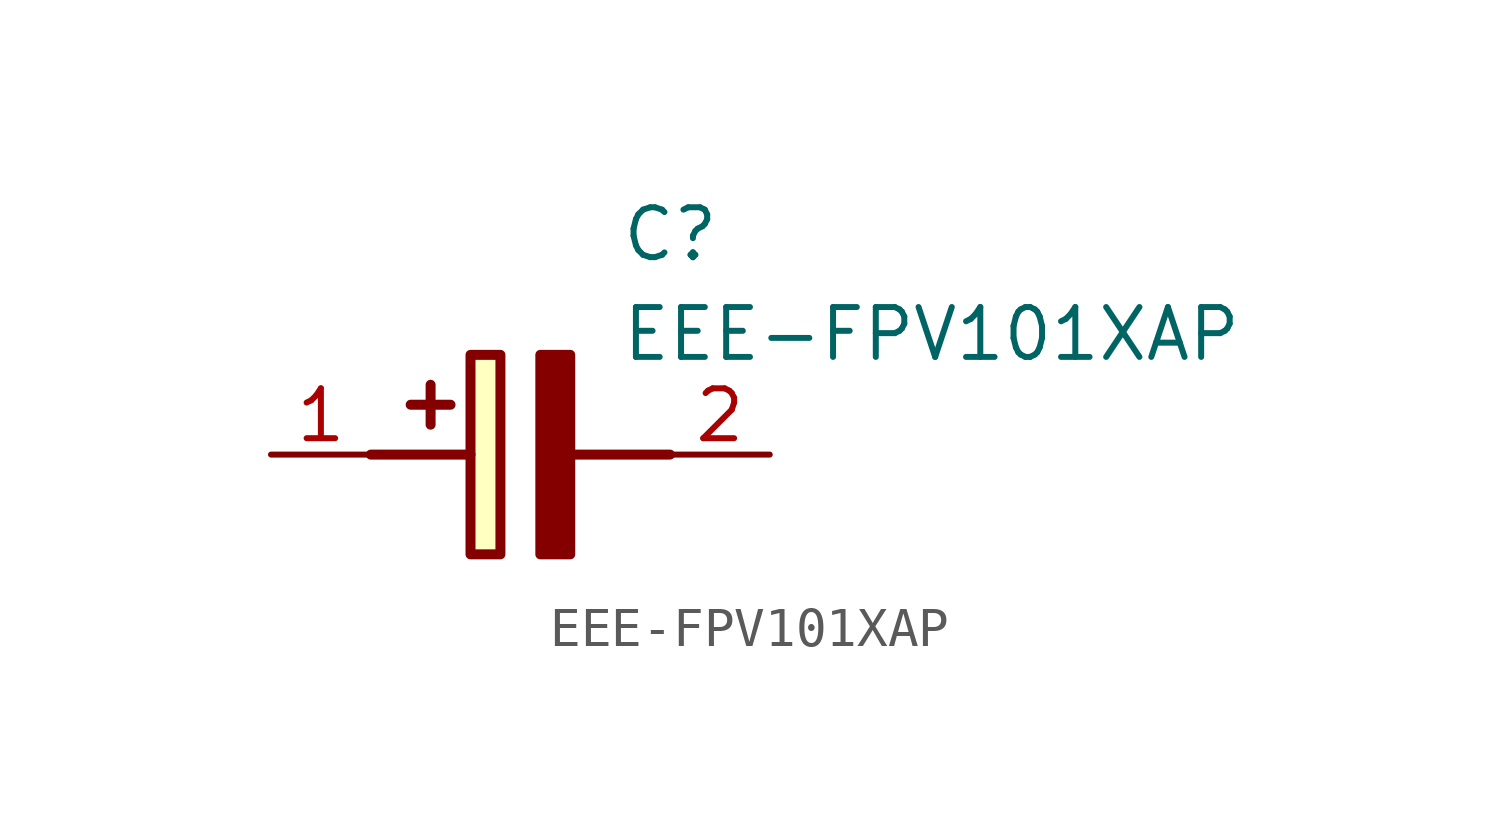
<source format=kicad_sym>
(kicad_symbol_lib
  (version 20211014)
  (generator SamacSys_ECAD_Model)
  (symbol "EEE-FPV101XAP"
    (pin_names hide)
    (property "Reference" "C"
      (at 8.89 6.35 0)
      (effects (font (size 1.27 1.27)) (justify left top)))
    (property "Value" "EEE-FPV101XAP"
      (at 8.89 3.81 0)
      (effects (font (size 1.27 1.27)) (justify left top)))
    (rectangle
      (start 5.08 2.54)
      (end 5.842 -2.54)
      (stroke (width 0.254) (type default))
      (fill (type background)))
    (polyline
      (pts (xy 4.572 1.27) (xy 3.556 1.27))
      (stroke (width 0.254) (type default))
      (fill (type none)))
    (polyline
      (pts (xy 4.064 1.778) (xy 4.064 0.762))
      (stroke (width 0.254) (type default))
      (fill (type none)))
    (polyline
      (pts (xy 2.54 0) (xy 5.08 0))
      (stroke (width 0.254) (type default))
      (fill (type none)))
    (polyline
      (pts (xy 7.62 0) (xy 10.16 0))
      (stroke (width 0.254) (type default))
      (fill (type none)))
    (polyline
      (pts (xy 7.62 2.54) (xy 7.62 -2.54) (xy 6.858 -2.54) (xy 6.858 2.54) (xy 7.62 2.54))
      (stroke (width 0.254) (type default))
      (fill (type outline)))
    (pin passive line
      (at 0 0 0)
      (length 2.54)
      (name "+" (effects (font (size 1.27 1.27))))
      (number "1" (effects (font (size 1.27 1.27)))))
    (pin passive line
      (at 12.7 0 180)
      (length 2.54)
      (name "-" (effects (font (size 1.27 1.27))))
      (number "2" (effects (font (size 1.27 1.27)))))))
</source>
